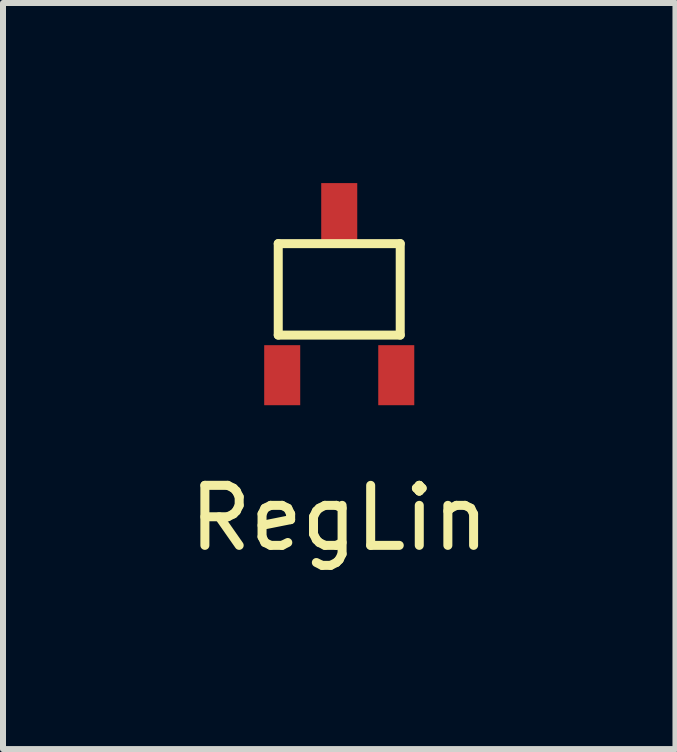
<source format=kicad_pcb>
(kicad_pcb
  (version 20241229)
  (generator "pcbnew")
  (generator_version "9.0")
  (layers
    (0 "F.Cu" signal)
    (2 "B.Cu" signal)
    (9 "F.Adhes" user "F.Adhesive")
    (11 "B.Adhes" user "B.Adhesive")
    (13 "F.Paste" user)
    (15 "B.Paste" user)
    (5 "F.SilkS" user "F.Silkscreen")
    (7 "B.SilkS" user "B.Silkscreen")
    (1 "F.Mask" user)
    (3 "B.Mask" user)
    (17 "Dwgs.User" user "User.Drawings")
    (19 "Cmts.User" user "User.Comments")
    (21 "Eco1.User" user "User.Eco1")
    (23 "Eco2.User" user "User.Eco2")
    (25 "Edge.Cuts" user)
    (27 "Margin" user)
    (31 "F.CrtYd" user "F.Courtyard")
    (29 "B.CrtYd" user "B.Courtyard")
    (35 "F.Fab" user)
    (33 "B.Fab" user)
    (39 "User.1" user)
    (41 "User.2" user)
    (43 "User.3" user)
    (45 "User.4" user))
  (footprint "RegLin"
    (layer "F.Cu")
    (at 2.601 0.5)
    (property "Reference" "RegLin" (at 0 5.08 0) (layer "F.SilkS") (effects (font (size 1 1) (thickness 0.15))))
    (attr through_hole)
    (fp_line (start -1.016 0.508) (end 1.016 0.508) (stroke (width 0.15) (type solid)) (layer "F.SilkS"))
    (fp_line (start -1.016 2.032) (end -1.016 0.508) (stroke (width 0.15) (type solid)) (layer "F.SilkS"))
    (fp_line (start 1.016 0.508) (end 1.016 2.032) (stroke (width 0.15) (type solid)) (layer "F.SilkS"))
    (fp_line (start 1.016 2.032) (end -1.016 2.032) (stroke (width 0.15) (type solid)) (layer "F.SilkS"))
    (pad "1" smd rect (at -0.95 2.7) (size 0.6 1) (layers "F.Cu" "F.Mask" "F.Paste"))
    (pad "2" smd rect (at 0.95 2.7) (size 0.6 1) (layers "F.Cu" "F.Mask" "F.Paste"))
    (pad "3" smd rect (at 0 0) (size 0.6 1) (layers "F.Cu" "F.Mask" "F.Paste")))
  (gr_rect
    (start -3 -3)
    (end 8.202 9.428)
    (stroke (width 0.1) (type default))
    (fill no)
    (layer "Edge.Cuts")))
</source>
